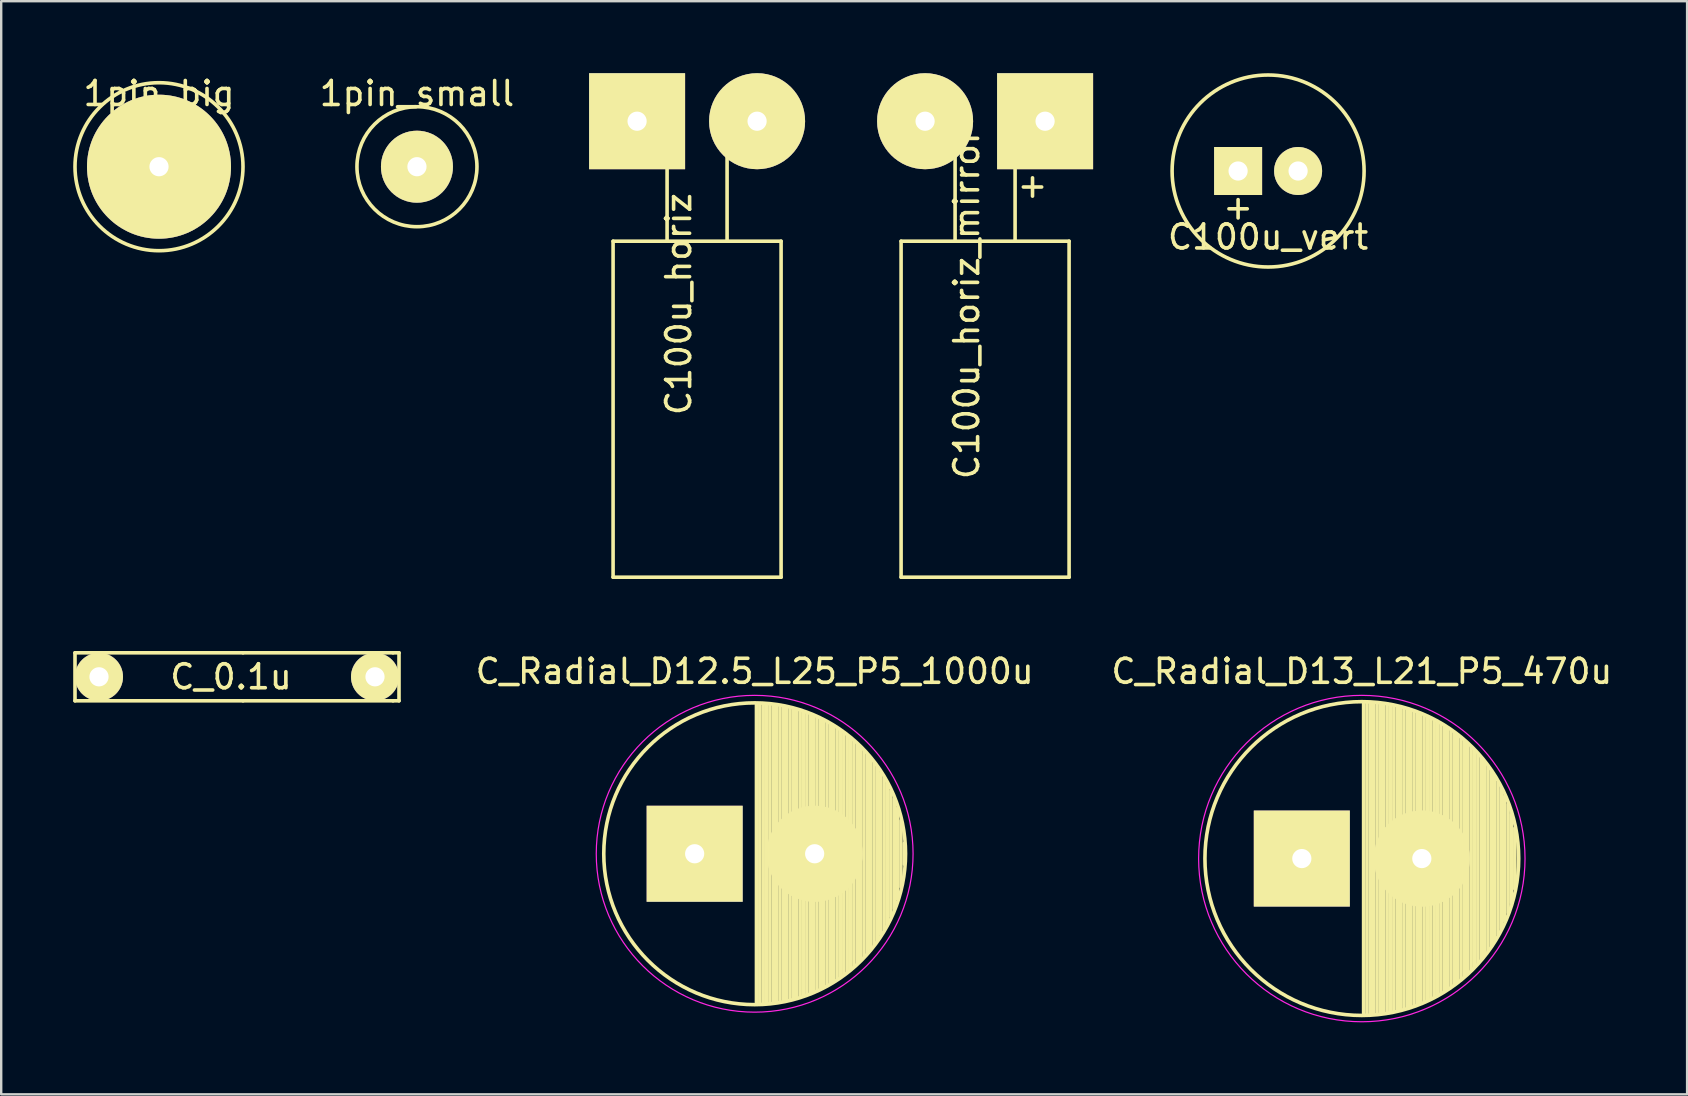
<source format=kicad_pcb>
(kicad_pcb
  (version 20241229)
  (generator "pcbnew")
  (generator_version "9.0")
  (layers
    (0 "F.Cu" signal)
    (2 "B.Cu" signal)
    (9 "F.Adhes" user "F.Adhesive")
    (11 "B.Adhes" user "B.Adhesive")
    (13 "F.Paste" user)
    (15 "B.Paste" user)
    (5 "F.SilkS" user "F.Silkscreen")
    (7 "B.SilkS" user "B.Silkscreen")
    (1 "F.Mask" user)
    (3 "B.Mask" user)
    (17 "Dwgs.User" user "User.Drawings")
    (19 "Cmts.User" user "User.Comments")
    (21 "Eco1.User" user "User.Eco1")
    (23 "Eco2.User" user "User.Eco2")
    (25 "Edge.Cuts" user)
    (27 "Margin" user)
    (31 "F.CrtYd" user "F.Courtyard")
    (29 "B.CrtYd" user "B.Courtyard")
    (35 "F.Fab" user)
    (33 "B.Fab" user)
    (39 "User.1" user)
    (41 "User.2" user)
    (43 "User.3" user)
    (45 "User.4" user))
  (footprint "C100u_horiz_mirror"
    (layer "F.Cu")
    (at 37.995 2)
    (property "Reference" "C100u_horiz_mirror" (at -0.767 7.62 90) (layer "F.SilkS") (effects (font (size 1 1) (thickness 0.15))))
    (attr through_hole)
    (fp_line (start -3.5 5) (end -1.25 5) (stroke (width 0.15) (type solid)) (layer "F.SilkS"))
    (fp_line (start -3.5 19) (end -3.5 5) (stroke (width 0.15) (type solid)) (layer "F.SilkS"))
    (fp_line (start -1.25 0) (end -2 0) (stroke (width 0.15) (type solid)) (layer "F.SilkS"))
    (fp_line (start -1.25 0) (end -1.25 5) (stroke (width 0.15) (type solid)) (layer "F.SilkS"))
    (fp_line (start -1.25 5) (end 1.25 5) (stroke (width 0.15) (type solid)) (layer "F.SilkS"))
    (fp_line (start 1.25 0) (end 1.25 5) (stroke (width 0.15) (type solid)) (layer "F.SilkS"))
    (fp_line (start 1.25 0) (end 1.75 0) (stroke (width 0.15) (type solid)) (layer "F.SilkS"))
    (fp_line (start 1.25 5) (end 3.5 5) (stroke (width 0.15) (type solid)) (layer "F.SilkS"))
    (fp_line (start 3.5 5) (end 3.5 19) (stroke (width 0.15) (type solid)) (layer "F.SilkS"))
    (fp_line (start 3.5 19) (end -3.5 19) (stroke (width 0.15) (type solid)) (layer "F.SilkS"))
    (fp_text user "+" (at 1.976 2.667 0) (layer "F.SilkS") (effects (font (size 1 1) (thickness 0.15))))
    (pad "1" thru_hole rect (at 2.5 0) (size 4 4) (drill 0.8) (layers "*.Cu" "*.Mask" "F.SilkS"))
    (pad "2" thru_hole circle (at -2.5 0) (size 4 4) (drill 0.8) (layers "*.Cu" "*.Mask" "F.SilkS")))
  (footprint "C_Radial_D13_L21_P5_470u"
    (layer "F.Cu")
    (at 51.192 32.723)
    (property "Reference" "C_Radial_D13_L21_P5_470u" (at 2.5 -7.8 0) (layer "F.SilkS") (effects (font (size 1 1) (thickness 0.15))))
    (attr through_hole)
    (fp_line (start 2.575 -6.5) (end 2.575 6.5) (stroke (width 0.15) (type solid)) (layer "F.SilkS"))
    (fp_line (start 2.715 -6.496) (end 2.715 6.496) (stroke (width 0.15) (type solid)) (layer "F.SilkS"))
    (fp_line (start 2.855 -6.49) (end 2.855 6.49) (stroke (width 0.15) (type solid)) (layer "F.SilkS"))
    (fp_line (start 2.995 -6.481) (end 2.995 6.481) (stroke (width 0.15) (type solid)) (layer "F.SilkS"))
    (fp_line (start 3.135 -6.469) (end 3.135 6.469) (stroke (width 0.15) (type solid)) (layer "F.SilkS"))
    (fp_line (start 3.275 -6.454) (end 3.275 6.454) (stroke (width 0.15) (type solid)) (layer "F.SilkS"))
    (fp_line (start 3.415 -6.435) (end 3.415 6.435) (stroke (width 0.15) (type solid)) (layer "F.SilkS"))
    (fp_line (start 3.555 -6.414) (end 3.555 6.414) (stroke (width 0.15) (type solid)) (layer "F.SilkS"))
    (fp_line (start 3.695 -6.389) (end 3.695 6.389) (stroke (width 0.15) (type solid)) (layer "F.SilkS"))
    (fp_line (start 3.835 -6.361) (end 3.835 6.361) (stroke (width 0.15) (type solid)) (layer "F.SilkS"))
    (fp_line (start 3.975 -6.33) (end 3.975 6.33) (stroke (width 0.15) (type solid)) (layer "F.SilkS"))
    (fp_line (start 4.115 -6.296) (end 4.115 -0.466) (stroke (width 0.15) (type solid)) (layer "F.SilkS"))
    (fp_line (start 4.115 0.466) (end 4.115 6.296) (stroke (width 0.15) (type solid)) (layer "F.SilkS"))
    (fp_line (start 4.255 -6.259) (end 4.255 -0.667) (stroke (width 0.15) (type solid)) (layer "F.SilkS"))
    (fp_line (start 4.255 0.667) (end 4.255 6.259) (stroke (width 0.15) (type solid)) (layer "F.SilkS"))
    (fp_line (start 4.395 -6.218) (end 4.395 -0.796) (stroke (width 0.15) (type solid)) (layer "F.SilkS"))
    (fp_line (start 4.395 0.796) (end 4.395 6.218) (stroke (width 0.15) (type solid)) (layer "F.SilkS"))
    (fp_line (start 4.535 -6.173) (end 4.535 -0.885) (stroke (width 0.15) (type solid)) (layer "F.SilkS"))
    (fp_line (start 4.535 0.885) (end 4.535 6.173) (stroke (width 0.15) (type solid)) (layer "F.SilkS"))
    (fp_line (start 4.675 -6.125) (end 4.675 -0.946) (stroke (width 0.15) (type solid)) (layer "F.SilkS"))
    (fp_line (start 4.675 0.946) (end 4.675 6.125) (stroke (width 0.15) (type solid)) (layer "F.SilkS"))
    (fp_line (start 4.815 -6.074) (end 4.815 -0.983) (stroke (width 0.15) (type solid)) (layer "F.SilkS"))
    (fp_line (start 4.815 0.983) (end 4.815 6.074) (stroke (width 0.15) (type solid)) (layer "F.SilkS"))
    (fp_line (start 4.955 -6.019) (end 4.955 -0.999) (stroke (width 0.15) (type solid)) (layer "F.SilkS"))
    (fp_line (start 4.955 0.999) (end 4.955 6.019) (stroke (width 0.15) (type solid)) (layer "F.SilkS"))
    (fp_line (start 5.095 -5.96) (end 5.095 -0.995) (stroke (width 0.15) (type solid)) (layer "F.SilkS"))
    (fp_line (start 5.095 0.995) (end 5.095 5.96) (stroke (width 0.15) (type solid)) (layer "F.SilkS"))
    (fp_line (start 5.235 -5.897) (end 5.235 -0.972) (stroke (width 0.15) (type solid)) (layer "F.SilkS"))
    (fp_line (start 5.235 0.972) (end 5.235 5.897) (stroke (width 0.15) (type solid)) (layer "F.SilkS"))
    (fp_line (start 5.375 -5.83) (end 5.375 -0.927) (stroke (width 0.15) (type solid)) (layer "F.SilkS"))
    (fp_line (start 5.375 0.927) (end 5.375 5.83) (stroke (width 0.15) (type solid)) (layer "F.SilkS"))
    (fp_line (start 5.515 -5.758) (end 5.515 -0.857) (stroke (width 0.15) (type solid)) (layer "F.SilkS"))
    (fp_line (start 5.515 0.857) (end 5.515 5.758) (stroke (width 0.15) (type solid)) (layer "F.SilkS"))
    (fp_line (start 5.655 -5.683) (end 5.655 -0.756) (stroke (width 0.15) (type solid)) (layer "F.SilkS"))
    (fp_line (start 5.655 0.756) (end 5.655 5.683) (stroke (width 0.15) (type solid)) (layer "F.SilkS"))
    (fp_line (start 5.795 -5.603) (end 5.795 -0.607) (stroke (width 0.15) (type solid)) (layer "F.SilkS"))
    (fp_line (start 5.795 0.607) (end 5.795 5.603) (stroke (width 0.15) (type solid)) (layer "F.SilkS"))
    (fp_line (start 5.935 -5.518) (end 5.935 -0.355) (stroke (width 0.15) (type solid)) (layer "F.SilkS"))
    (fp_line (start 5.935 0.355) (end 5.935 5.518) (stroke (width 0.15) (type solid)) (layer "F.SilkS"))
    (fp_line (start 6.075 -5.429) (end 6.075 5.429) (stroke (width 0.15) (type solid)) (layer "F.SilkS"))
    (fp_line (start 6.215 -5.334) (end 6.215 5.334) (stroke (width 0.15) (type solid)) (layer "F.SilkS"))
    (fp_line (start 6.355 -5.233) (end 6.355 5.233) (stroke (width 0.15) (type solid)) (layer "F.SilkS"))
    (fp_line (start 6.495 -5.127) (end 6.495 5.127) (stroke (width 0.15) (type solid)) (layer "F.SilkS"))
    (fp_line (start 6.635 -5.015) (end 6.635 5.015) (stroke (width 0.15) (type solid)) (layer "F.SilkS"))
    (fp_line (start 6.775 -4.896) (end 6.775 4.896) (stroke (width 0.15) (type solid)) (layer "F.SilkS"))
    (fp_line (start 6.915 -4.771) (end 6.915 4.771) (stroke (width 0.15) (type solid)) (layer "F.SilkS"))
    (fp_line (start 7.055 -4.637) (end 7.055 4.637) (stroke (width 0.15) (type solid)) (layer "F.SilkS"))
    (fp_line (start 7.195 -4.495) (end 7.195 4.495) (stroke (width 0.15) (type solid)) (layer "F.SilkS"))
    (fp_line (start 7.335 -4.344) (end 7.335 4.344) (stroke (width 0.15) (type solid)) (layer "F.SilkS"))
    (fp_line (start 7.475 -4.183) (end 7.475 4.183) (stroke (width 0.15) (type solid)) (layer "F.SilkS"))
    (fp_line (start 7.615 -4.011) (end 7.615 4.011) (stroke (width 0.15) (type solid)) (layer "F.SilkS"))
    (fp_line (start 7.755 -3.826) (end 7.755 3.826) (stroke (width 0.15) (type solid)) (layer "F.SilkS"))
    (fp_line (start 7.895 -3.625) (end 7.895 3.625) (stroke (width 0.15) (type solid)) (layer "F.SilkS"))
    (fp_line (start 8.035 -3.408) (end 8.035 3.408) (stroke (width 0.15) (type solid)) (layer "F.SilkS"))
    (fp_line (start 8.175 -3.169) (end 8.175 3.169) (stroke (width 0.15) (type solid)) (layer "F.SilkS"))
    (fp_line (start 8.315 -2.904) (end 8.315 2.904) (stroke (width 0.15) (type solid)) (layer "F.SilkS"))
    (fp_line (start 8.455 -2.605) (end 8.455 2.605) (stroke (width 0.15) (type solid)) (layer "F.SilkS"))
    (fp_line (start 8.595 -2.259) (end 8.595 2.259) (stroke (width 0.15) (type solid)) (layer "F.SilkS"))
    (fp_line (start 8.735 -1.837) (end 8.735 1.837) (stroke (width 0.15) (type solid)) (layer "F.SilkS"))
    (fp_line (start 8.875 -1.269) (end 8.875 1.269) (stroke (width 0.15) (type solid)) (layer "F.SilkS"))
    (fp_circle (center 2.5 0) (end 2.5 -6.537) (stroke (width 0.15) (type solid)) (fill no) (layer "F.SilkS"))
    (fp_circle (center 5 0) (end 5 -1) (stroke (width 0.15) (type solid)) (fill no) (layer "F.SilkS"))
    (fp_circle (center 2.5 0) (end 2.5 -6.8) (stroke (width 0.05) (type solid)) (fill no) (layer "F.CrtYd"))
    (pad "1" thru_hole rect (at 0 0) (size 4 4) (drill 0.8) (layers "*.Cu" "*.Mask" "F.SilkS"))
    (pad "2" thru_hole circle (at 5 0) (size 4 4) (drill 0.8) (layers "*.Cu" "*.Mask" "F.SilkS")))
  (footprint "C_0.1u"
    (layer "F.Cu")
    (at 1.075 25.15)
    (property "Reference" "C_0.1u" (at 5.5 0 0) (layer "F.SilkS") (effects (font (size 1 1) (thickness 0.15))))
    (attr through_hole)
    (fp_line (start -1 -1) (end 6 -1) (stroke (width 0.15) (type solid)) (layer "F.SilkS"))
    (fp_line (start -1 1) (end -1 -1) (stroke (width 0.15) (type solid)) (layer "F.SilkS"))
    (fp_line (start 6 -1) (end 12.25 -1) (stroke (width 0.15) (type solid)) (layer "F.SilkS"))
    (fp_line (start 6 1) (end -1 1) (stroke (width 0.15) (type solid)) (layer "F.SilkS"))
    (fp_line (start 12.25 1) (end 6 1) (stroke (width 0.15) (type solid)) (layer "F.SilkS"))
    (fp_line (start 12.5 -1) (end 12.25 -1) (stroke (width 0.15) (type solid)) (layer "F.SilkS"))
    (fp_line (start 12.5 -1) (end 12.5 1) (stroke (width 0.15) (type solid)) (layer "F.SilkS"))
    (fp_line (start 12.5 1) (end 12.25 1) (stroke (width 0.15) (type solid)) (layer "F.SilkS"))
    (pad "1" thru_hole circle (at 0 0) (size 2 2) (drill 0.8) (layers "*.Cu" "*.Mask" "F.SilkS"))
    (pad "2" thru_hole circle (at 11.5 0) (size 2 2) (drill 0.8) (layers "*.Cu" "*.Mask" "F.SilkS")))
  (footprint "1pin_big"
    (layer "F.Cu")
    (at 3.575 3.896)
    (property "Reference" "1pin_big" (at 0 -3.048 0) (layer "F.SilkS") (effects (font (size 1 1) (thickness 0.15))))
    (attr through_hole)
    (fp_circle (center 0 0) (end 0 -3.5) (stroke (width 0.15) (type solid)) (fill no) (layer "F.SilkS"))
    (pad "1" thru_hole circle (at 0 0) (size 6 6) (drill 0.8) (layers "*.Cu" "*.Mask" "F.SilkS")))
  (footprint "C100u_horiz"
    (layer "F.Cu")
    (at 25.995 2)
    (property "Reference" "C100u_horiz" (at -0.767 7.62 90) (layer "F.SilkS") (effects (font (size 1 1) (thickness 0.15))))
    (attr through_hole)
    (fp_line (start -3.5 5) (end -1.25 5) (stroke (width 0.15) (type solid)) (layer "F.SilkS"))
    (fp_line (start -3.5 19) (end -3.5 5) (stroke (width 0.15) (type solid)) (layer "F.SilkS"))
    (fp_line (start -1.25 0) (end -2 0) (stroke (width 0.15) (type solid)) (layer "F.SilkS"))
    (fp_line (start -1.25 0) (end -1.25 5) (stroke (width 0.15) (type solid)) (layer "F.SilkS"))
    (fp_line (start -1.25 5) (end 1.25 5) (stroke (width 0.15) (type solid)) (layer "F.SilkS"))
    (fp_line (start 1.25 0) (end 1.25 5) (stroke (width 0.15) (type solid)) (layer "F.SilkS"))
    (fp_line (start 1.25 0) (end 1.75 0) (stroke (width 0.15) (type solid)) (layer "F.SilkS"))
    (fp_line (start 1.25 5) (end 3.5 5) (stroke (width 0.15) (type solid)) (layer "F.SilkS"))
    (fp_line (start 3.5 5) (end 3.5 19) (stroke (width 0.15) (type solid)) (layer "F.SilkS"))
    (fp_line (start 3.5 19) (end -3.5 19) (stroke (width 0.15) (type solid)) (layer "F.SilkS"))
    (fp_text user "+" (at -2.024 1.417 0) (layer "F.SilkS") (effects (font (size 1 1) (thickness 0.15))))
    (pad "1" thru_hole rect (at -2.5 0) (size 4 4) (drill 0.8) (layers "*.Cu" "*.Mask" "F.SilkS"))
    (pad "2" thru_hole circle (at 2.5 0) (size 4 4) (drill 0.8) (layers "*.Cu" "*.Mask" "F.SilkS")))
  (footprint "C100u_vert"
    (layer "F.Cu")
    (at 49.787 4.075)
    (property "Reference" "C100u_vert" (at 0 2.75 180) (layer "F.SilkS") (effects (font (size 1 1) (thickness 0.15))))
    (attr through_hole)
    (fp_circle (center 0 0) (end 4 0) (stroke (width 0.15) (type solid)) (fill no) (layer "F.SilkS"))
    (fp_text user "+" (at -1.25 1.5 0) (layer "F.SilkS") (effects (font (size 1 1) (thickness 0.15))))
    (pad "1" thru_hole rect (at -1.25 0) (size 2 2) (drill 0.8) (layers "*.Cu" "*.Mask" "F.SilkS"))
    (pad "2" thru_hole circle (at 1.25 0) (size 2 2) (drill 0.8) (layers "*.Cu" "*.Mask" "F.SilkS")))
  (footprint "C_Radial_D12.5_L25_P5_1000u"
    (layer "F.Cu")
    (at 25.894 32.523)
    (property "Reference" "C_Radial_D12.5_L25_P5_1000u" (at 2.5 -7.6 0) (layer "F.SilkS") (effects (font (size 1 1) (thickness 0.15))))
    (attr through_hole)
    (fp_line (start 2.575 -6.25) (end 2.575 6.25) (stroke (width 0.15) (type solid)) (layer "F.SilkS"))
    (fp_line (start 2.715 -6.246) (end 2.715 6.246) (stroke (width 0.15) (type solid)) (layer "F.SilkS"))
    (fp_line (start 2.855 -6.24) (end 2.855 6.24) (stroke (width 0.15) (type solid)) (layer "F.SilkS"))
    (fp_line (start 2.995 -6.23) (end 2.995 6.23) (stroke (width 0.15) (type solid)) (layer "F.SilkS"))
    (fp_line (start 3.135 -6.218) (end 3.135 6.218) (stroke (width 0.15) (type solid)) (layer "F.SilkS"))
    (fp_line (start 3.275 -6.202) (end 3.275 6.202) (stroke (width 0.15) (type solid)) (layer "F.SilkS"))
    (fp_line (start 3.415 -6.183) (end 3.415 6.183) (stroke (width 0.15) (type solid)) (layer "F.SilkS"))
    (fp_line (start 3.555 -6.16) (end 3.555 6.16) (stroke (width 0.15) (type solid)) (layer "F.SilkS"))
    (fp_line (start 3.695 -6.135) (end 3.695 6.135) (stroke (width 0.15) (type solid)) (layer "F.SilkS"))
    (fp_line (start 3.835 -6.106) (end 3.835 6.106) (stroke (width 0.15) (type solid)) (layer "F.SilkS"))
    (fp_line (start 3.975 -6.073) (end 3.975 -0.521) (stroke (width 0.15) (type solid)) (layer "F.SilkS"))
    (fp_line (start 3.975 0.521) (end 3.975 6.073) (stroke (width 0.15) (type solid)) (layer "F.SilkS"))
    (fp_line (start 4.115 -6.038) (end 4.115 -0.734) (stroke (width 0.15) (type solid)) (layer "F.SilkS"))
    (fp_line (start 4.115 0.734) (end 4.115 6.038) (stroke (width 0.15) (type solid)) (layer "F.SilkS"))
    (fp_line (start 4.255 -5.999) (end 4.255 -0.876) (stroke (width 0.15) (type solid)) (layer "F.SilkS"))
    (fp_line (start 4.255 0.876) (end 4.255 5.999) (stroke (width 0.15) (type solid)) (layer "F.SilkS"))
    (fp_line (start 4.395 -5.956) (end 4.395 -0.978) (stroke (width 0.15) (type solid)) (layer "F.SilkS"))
    (fp_line (start 4.395 0.978) (end 4.395 5.956) (stroke (width 0.15) (type solid)) (layer "F.SilkS"))
    (fp_line (start 4.535 -5.909) (end 4.535 -1.052) (stroke (width 0.15) (type solid)) (layer "F.SilkS"))
    (fp_line (start 4.535 1.052) (end 4.535 5.909) (stroke (width 0.15) (type solid)) (layer "F.SilkS"))
    (fp_line (start 4.675 -5.859) (end 4.675 -1.103) (stroke (width 0.15) (type solid)) (layer "F.SilkS"))
    (fp_line (start 4.675 1.103) (end 4.675 5.859) (stroke (width 0.15) (type solid)) (layer "F.SilkS"))
    (fp_line (start 4.815 -5.805) (end 4.815 -1.135) (stroke (width 0.15) (type solid)) (layer "F.SilkS"))
    (fp_line (start 4.815 1.135) (end 4.815 5.805) (stroke (width 0.15) (type solid)) (layer "F.SilkS"))
    (fp_line (start 4.955 -5.748) (end 4.955 -1.149) (stroke (width 0.15) (type solid)) (layer "F.SilkS"))
    (fp_line (start 4.955 1.149) (end 4.955 5.748) (stroke (width 0.15) (type solid)) (layer "F.SilkS"))
    (fp_line (start 5.095 -5.686) (end 5.095 -1.146) (stroke (width 0.15) (type solid)) (layer "F.SilkS"))
    (fp_line (start 5.095 1.146) (end 5.095 5.686) (stroke (width 0.15) (type solid)) (layer "F.SilkS"))
    (fp_line (start 5.235 -5.62) (end 5.235 -1.126) (stroke (width 0.15) (type solid)) (layer "F.SilkS"))
    (fp_line (start 5.235 1.126) (end 5.235 5.62) (stroke (width 0.15) (type solid)) (layer "F.SilkS"))
    (fp_line (start 5.375 -5.549) (end 5.375 -1.087) (stroke (width 0.15) (type solid)) (layer "F.SilkS"))
    (fp_line (start 5.375 1.087) (end 5.375 5.549) (stroke (width 0.15) (type solid)) (layer "F.SilkS"))
    (fp_line (start 5.515 -5.475) (end 5.515 -1.028) (stroke (width 0.15) (type solid)) (layer "F.SilkS"))
    (fp_line (start 5.515 1.028) (end 5.515 5.475) (stroke (width 0.15) (type solid)) (layer "F.SilkS"))
    (fp_line (start 5.655 -5.395) (end 5.655 -0.945) (stroke (width 0.15) (type solid)) (layer "F.SilkS"))
    (fp_line (start 5.655 0.945) (end 5.655 5.395) (stroke (width 0.15) (type solid)) (layer "F.SilkS"))
    (fp_line (start 5.795 -5.311) (end 5.795 -0.831) (stroke (width 0.15) (type solid)) (layer "F.SilkS"))
    (fp_line (start 5.795 0.831) (end 5.795 5.311) (stroke (width 0.15) (type solid)) (layer "F.SilkS"))
    (fp_line (start 5.935 -5.221) (end 5.935 -0.67) (stroke (width 0.15) (type solid)) (layer "F.SilkS"))
    (fp_line (start 5.935 0.67) (end 5.935 5.221) (stroke (width 0.15) (type solid)) (layer "F.SilkS"))
    (fp_line (start 6.075 -5.127) (end 6.075 -0.409) (stroke (width 0.15) (type solid)) (layer "F.SilkS"))
    (fp_line (start 6.075 0.409) (end 6.075 5.127) (stroke (width 0.15) (type solid)) (layer "F.SilkS"))
    (fp_line (start 6.215 -5.026) (end 6.215 5.026) (stroke (width 0.15) (type solid)) (layer "F.SilkS"))
    (fp_line (start 6.355 -4.919) (end 6.355 4.919) (stroke (width 0.15) (type solid)) (layer "F.SilkS"))
    (fp_line (start 6.495 -4.807) (end 6.495 4.807) (stroke (width 0.15) (type solid)) (layer "F.SilkS"))
    (fp_line (start 6.635 -4.687) (end 6.635 4.687) (stroke (width 0.15) (type solid)) (layer "F.SilkS"))
    (fp_line (start 6.775 -4.559) (end 6.775 4.559) (stroke (width 0.15) (type solid)) (layer "F.SilkS"))
    (fp_line (start 6.915 -4.424) (end 6.915 4.424) (stroke (width 0.15) (type solid)) (layer "F.SilkS"))
    (fp_line (start 7.055 -4.28) (end 7.055 4.28) (stroke (width 0.15) (type solid)) (layer "F.SilkS"))
    (fp_line (start 7.195 -4.125) (end 7.195 4.125) (stroke (width 0.15) (type solid)) (layer "F.SilkS"))
    (fp_line (start 7.335 -3.96) (end 7.335 3.96) (stroke (width 0.15) (type solid)) (layer "F.SilkS"))
    (fp_line (start 7.475 -3.783) (end 7.475 3.783) (stroke (width 0.15) (type solid)) (layer "F.SilkS"))
    (fp_line (start 7.615 -3.592) (end 7.615 3.592) (stroke (width 0.15) (type solid)) (layer "F.SilkS"))
    (fp_line (start 7.755 -3.383) (end 7.755 3.383) (stroke (width 0.15) (type solid)) (layer "F.SilkS"))
    (fp_line (start 7.895 -3.155) (end 7.895 3.155) (stroke (width 0.15) (type solid)) (layer "F.SilkS"))
    (fp_line (start 8.035 -2.903) (end 8.035 2.903) (stroke (width 0.15) (type solid)) (layer "F.SilkS"))
    (fp_line (start 8.175 -2.619) (end 8.175 2.619) (stroke (width 0.15) (type solid)) (layer "F.SilkS"))
    (fp_line (start 8.315 -2.291) (end 8.315 2.291) (stroke (width 0.15) (type solid)) (layer "F.SilkS"))
    (fp_line (start 8.455 -1.897) (end 8.455 1.897) (stroke (width 0.15) (type solid)) (layer "F.SilkS"))
    (fp_line (start 8.595 -1.383) (end 8.595 1.383) (stroke (width 0.15) (type solid)) (layer "F.SilkS"))
    (fp_line (start 8.735 -0.433) (end 8.735 0.433) (stroke (width 0.15) (type solid)) (layer "F.SilkS"))
    (fp_circle (center 2.5 0) (end 2.5 -6.287) (stroke (width 0.15) (type solid)) (fill no) (layer "F.SilkS"))
    (fp_circle (center 5 0) (end 5 -1.15) (stroke (width 0.15) (type solid)) (fill no) (layer "F.SilkS"))
    (fp_circle (center 2.5 0) (end 2.5 -6.6) (stroke (width 0.05) (type solid)) (fill no) (layer "F.CrtYd"))
    (pad "1" thru_hole rect (at 0 0) (size 4 4) (drill 0.8) (layers "*.Cu" "*.Mask" "F.SilkS"))
    (pad "2" thru_hole circle (at 5 0) (size 4 4) (drill 0.8) (layers "*.Cu" "*.Mask" "F.SilkS")))
  (footprint "1pin_small"
    (layer "F.Cu")
    (at 14.323 3.896)
    (property "Reference" "1pin_small" (at 0 -3.048 0) (layer "F.SilkS") (effects (font (size 1 1) (thickness 0.15))))
    (attr through_hole)
    (fp_circle (center 0 0) (end 2.5 0) (stroke (width 0.15) (type solid)) (fill no) (layer "F.SilkS"))
    (pad "1" thru_hole circle (at 0 0) (size 3 3) (drill 0.8) (layers "*.Cu" "*.Mask" "F.SilkS")))
  (gr_rect
    (start -3 -3)
    (end 67.245 42.548)
    (stroke (width 0.1) (type default))
    (fill no)
    (layer "Edge.Cuts")))
</source>
